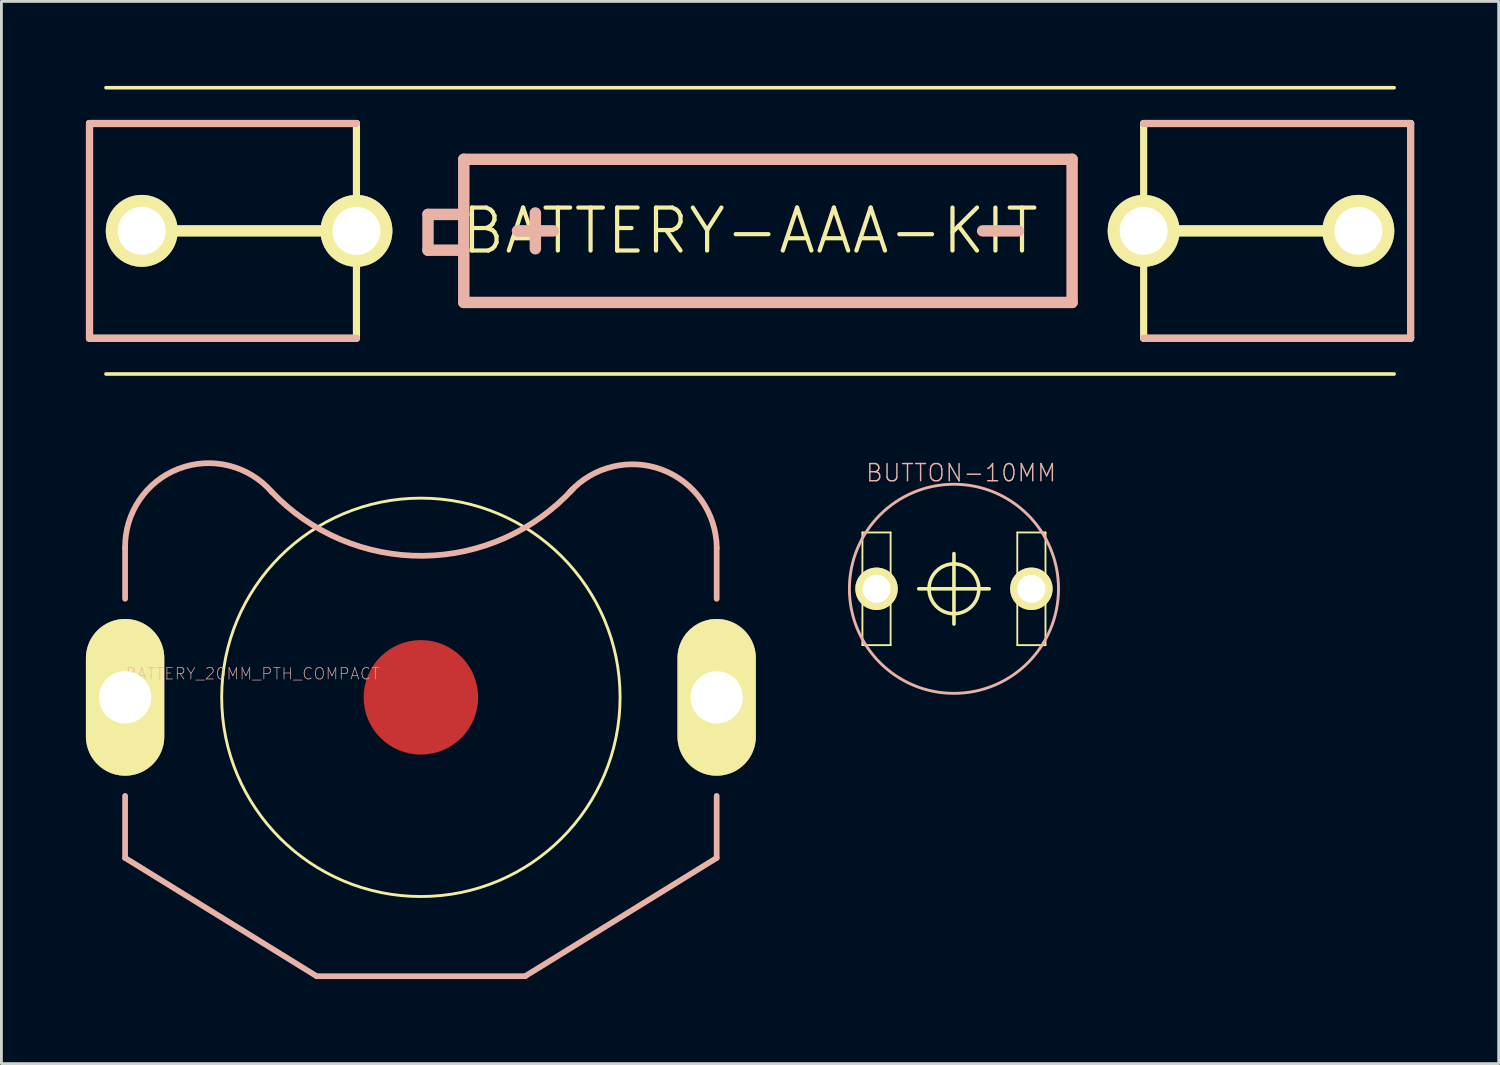
<source format=kicad_pcb>
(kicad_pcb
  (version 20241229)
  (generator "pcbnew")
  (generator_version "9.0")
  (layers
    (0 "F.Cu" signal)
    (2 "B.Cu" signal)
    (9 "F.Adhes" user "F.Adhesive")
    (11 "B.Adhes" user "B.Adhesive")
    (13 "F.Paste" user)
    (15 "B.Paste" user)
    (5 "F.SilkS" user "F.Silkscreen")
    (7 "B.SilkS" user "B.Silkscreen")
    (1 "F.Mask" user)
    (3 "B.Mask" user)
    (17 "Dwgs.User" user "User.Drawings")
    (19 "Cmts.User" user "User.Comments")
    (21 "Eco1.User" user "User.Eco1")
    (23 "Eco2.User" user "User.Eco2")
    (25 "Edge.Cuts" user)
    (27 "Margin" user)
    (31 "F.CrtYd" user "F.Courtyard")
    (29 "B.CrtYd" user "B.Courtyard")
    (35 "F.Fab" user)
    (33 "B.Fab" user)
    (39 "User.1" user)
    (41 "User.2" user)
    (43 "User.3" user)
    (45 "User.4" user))
  (footprint "BATTERY-AAA-KIT"
    (layer "F.Cu")
    (at 23.571 5.144)
    (property "Reference" "BATTERY-AAA-KIT" (at 0 0 0) (layer "F.SilkS") (effects (font (size 1.524 1.524) (thickness 0.15))))
    (attr exclude_from_pos_files exclude_from_bom)
    (fp_line (start -23.495 -3.81) (end -13.97 -3.81) (stroke (width 0.127) (type solid)) (layer "F.SilkS"))
    (fp_line (start -23.495 3.81) (end -23.495 -3.81) (stroke (width 0.127) (type solid)) (layer "F.SilkS"))
    (fp_line (start -23.444 -3.81) (end -13.97 -3.81) (stroke (width 0.254) (type solid)) (layer "F.SilkS"))
    (fp_line (start -23.444 3.81) (end -23.444 -3.81) (stroke (width 0.254) (type solid)) (layer "F.SilkS"))
    (fp_line (start -22.86 -5.08) (end 22.86 -5.08) (stroke (width 0.127) (type solid)) (layer "F.SilkS"))
    (fp_line (start -22.86 5.08) (end 22.86 5.08) (stroke (width 0.127) (type solid)) (layer "F.SilkS"))
    (fp_line (start -21.59 0) (end -13.97 0) (stroke (width 0.406) (type solid)) (layer "F.SilkS"))
    (fp_line (start -13.97 -3.81) (end -13.97 3.81) (stroke (width 0.127) (type solid)) (layer "F.SilkS"))
    (fp_line (start -13.97 -3.81) (end -13.97 3.81) (stroke (width 0.254) (type solid)) (layer "F.SilkS"))
    (fp_line (start -13.97 3.81) (end -23.495 3.81) (stroke (width 0.127) (type solid)) (layer "F.SilkS"))
    (fp_line (start -13.97 3.81) (end -23.444 3.81) (stroke (width 0.254) (type solid)) (layer "F.SilkS"))
    (fp_line (start 13.97 -3.81) (end 13.97 3.81) (stroke (width 0.127) (type solid)) (layer "F.SilkS"))
    (fp_line (start 13.97 -3.81) (end 23.444 -3.81) (stroke (width 0.254) (type solid)) (layer "F.SilkS"))
    (fp_line (start 13.97 0) (end 21.59 0) (stroke (width 0.406) (type solid)) (layer "F.SilkS"))
    (fp_line (start 13.97 3.81) (end 13.97 -3.81) (stroke (width 0.254) (type solid)) (layer "F.SilkS"))
    (fp_line (start 13.97 3.81) (end 23.444 3.81) (stroke (width 0.127) (type solid)) (layer "F.SilkS"))
    (fp_line (start 23.444 -3.81) (end 13.97 -3.81) (stroke (width 0.127) (type solid)) (layer "F.SilkS"))
    (fp_line (start 23.444 -3.81) (end 23.444 3.81) (stroke (width 0.254) (type solid)) (layer "F.SilkS"))
    (fp_line (start 23.444 3.81) (end 13.97 3.81) (stroke (width 0.254) (type solid)) (layer "F.SilkS"))
    (fp_line (start 23.444 3.81) (end 23.444 -3.81) (stroke (width 0.127) (type solid)) (layer "F.SilkS"))
    (fp_circle (center -21.59 0) (end -21.791 0.201) (stroke (width 0.445) (type solid)) (fill no) (layer "F.SilkS"))
    (fp_circle (center -21.59 0) (end -21.791 0.201) (stroke (width 0.889) (type solid)) (fill no) (layer "F.SilkS"))
    (fp_circle (center -13.97 0) (end -14.171 0.201) (stroke (width 0.445) (type solid)) (fill no) (layer "F.SilkS"))
    (fp_circle (center -13.97 0) (end -14.171 0.201) (stroke (width 0.889) (type solid)) (fill no) (layer "F.SilkS"))
    (fp_circle (center 13.97 0) (end 14.171 0.201) (stroke (width 0.445) (type solid)) (fill no) (layer "F.SilkS"))
    (fp_circle (center 13.97 0) (end 14.171 0.201) (stroke (width 0.889) (type solid)) (fill no) (layer "F.SilkS"))
    (fp_circle (center 21.59 0) (end 21.791 0.201) (stroke (width 0.445) (type solid)) (fill no) (layer "F.SilkS"))
    (fp_circle (center 21.59 0) (end 21.791 0.201) (stroke (width 0.889) (type solid)) (fill no) (layer "F.SilkS"))
    (fp_line (start -23.444 -3.81) (end -13.97 -3.81) (stroke (width 0.254) (type solid)) (layer "B.SilkS"))
    (fp_line (start -23.444 3.81) (end -23.444 -3.81) (stroke (width 0.254) (type solid)) (layer "B.SilkS"))
    (fp_line (start -13.97 3.81) (end -23.444 3.81) (stroke (width 0.254) (type solid)) (layer "B.SilkS"))
    (fp_line (start -11.43 -0.584) (end -11.43 0.686) (stroke (width 0.406) (type solid)) (layer "B.SilkS"))
    (fp_line (start -11.43 0.686) (end -10.16 0.686) (stroke (width 0.406) (type solid)) (layer "B.SilkS"))
    (fp_line (start -10.16 -2.54) (end -10.16 -0.584) (stroke (width 0.406) (type solid)) (layer "B.SilkS"))
    (fp_line (start -10.16 -0.584) (end -11.43 -0.584) (stroke (width 0.406) (type solid)) (layer "B.SilkS"))
    (fp_line (start -10.16 -0.584) (end -10.16 0.686) (stroke (width 0.406) (type solid)) (layer "B.SilkS"))
    (fp_line (start -10.16 0.686) (end -10.16 2.54) (stroke (width 0.406) (type solid)) (layer "B.SilkS"))
    (fp_line (start -10.16 2.54) (end 11.43 2.54) (stroke (width 0.406) (type solid)) (layer "B.SilkS"))
    (fp_line (start -7.62 -0.635) (end -7.62 0.635) (stroke (width 0.406) (type solid)) (layer "B.SilkS"))
    (fp_line (start -6.985 0) (end -8.255 0) (stroke (width 0.406) (type solid)) (layer "B.SilkS"))
    (fp_line (start 9.525 0) (end 8.255 0) (stroke (width 0.406) (type solid)) (layer "B.SilkS"))
    (fp_line (start 11.43 -2.54) (end -10.16 -2.54) (stroke (width 0.406) (type solid)) (layer "B.SilkS"))
    (fp_line (start 11.43 2.54) (end 11.43 -2.54) (stroke (width 0.406) (type solid)) (layer "B.SilkS"))
    (fp_line (start 13.97 3.81) (end 23.444 3.81) (stroke (width 0.254) (type solid)) (layer "B.SilkS"))
    (fp_line (start 23.444 -3.81) (end 13.97 -3.81) (stroke (width 0.254) (type solid)) (layer "B.SilkS"))
    (fp_line (start 23.444 3.81) (end 23.444 -3.81) (stroke (width 0.254) (type solid)) (layer "B.SilkS"))
    (pad "GND@" thru_hole circle (at 13.97 0) (size 2.553 2.553) (drill 1.702) (layers "*.Cu" "F.Mask" "F.SilkS" "F.Paste"))
    (pad "GND@" thru_hole circle (at 21.59 0) (size 2.553 2.553) (drill 1.702) (layers "*.Cu" "F.Mask" "F.SilkS" "F.Paste"))
    (pad "PWR@" thru_hole circle (at -21.59 0) (size 2.553 2.553) (drill 1.702) (layers "*.Cu" "F.Mask" "F.SilkS" "F.Paste"))
    (pad "PWR@" thru_hole circle (at -13.97 0) (size 2.553 2.553) (drill 1.702) (layers "*.Cu" "F.Mask" "F.SilkS" "F.Paste")))
  (footprint "BATTERY_20MM_PTH_COMPACT"
    (layer "F.Cu")
    (at 11.888 21.7)
    (property "Reference" "BATTERY_20MM_PTH_COMPACT" (at -5.969 -0.838 0) (layer "B.SilkS") (effects (font (size 0.406 0.406) (thickness 0.025))))
    (attr smd)
    (fp_circle (center 0 0) (end -4.999 4.999) (stroke (width 0.102) (type solid)) (fill no) (layer "F.SilkS"))
    (fp_line (start -10.498 -5.298) (end -10.498 -3.498) (stroke (width 0.203) (type solid)) (layer "B.SilkS"))
    (fp_line (start -10.498 5.7) (end -10.498 3.498) (stroke (width 0.203) (type solid)) (layer "B.SilkS"))
    (fp_line (start -3.698 9.898) (end -10.498 5.7) (stroke (width 0.203) (type solid)) (layer "B.SilkS"))
    (fp_line (start -3.698 9.898) (end 3.698 9.898) (stroke (width 0.203) (type solid)) (layer "B.SilkS"))
    (fp_line (start 3.698 9.898) (end 10.498 5.7) (stroke (width 0.203) (type solid)) (layer "B.SilkS"))
    (fp_line (start 10.498 -5.298) (end 10.498 -3.498) (stroke (width 0.203) (type solid)) (layer "B.SilkS"))
    (fp_line (start 10.498 5.7) (end 10.498 3.498) (stroke (width 0.203) (type solid)) (layer "B.SilkS"))
    (fp_arc (start -10.49782 -5.29844) (mid -8.598411 -8.112619) (end -5.301461 -7.301768) (stroke (width 0.2032) (type solid)) (layer "B.SilkS"))
    (fp_arc (start 5.29844 -7.29996) (mid 8.580255 -8.071191) (end 10.500612 -5.30039) (stroke (width 0.2032) (type solid)) (layer "B.SilkS"))
    (fp_arc (start 5.3975 -7.39902) (mid 0.072503 -5.022804) (end -5.296991 -7.296685) (stroke (width 0.2032) (type solid)) (layer "B.SilkS"))
    (pad "1" thru_hole oval (at -10.498 0 180) (size 2.781 5.563) (drill 1.854) (layers "*.Cu" "F.Mask" "F.SilkS" "F.Paste"))
    (pad "2" smd oval (at 0 0) (size 4.064 4.064) (layers "F.Cu" "F.Mask" "F.Paste"))
    (pad "3" thru_hole oval (at 10.498 0 180) (size 2.781 5.563) (drill 1.854) (layers "*.Cu" "F.Mask" "F.SilkS" "F.Paste")))
  (footprint "BUTTON-10MM"
    (layer "F.Cu")
    (at 30.808 17.848)
    (property "Reference" "BUTTON-10MM" (at 0.254 -4.115 0) (layer "B.SilkS") (effects (font (size 0.61 0.61) (thickness 0.051))))
    (attr exclude_from_pos_files exclude_from_bom)
    (fp_line (start -3.249 -1.999) (end -2.248 -1.999) (stroke (width 0.066) (type solid)) (layer "F.SilkS"))
    (fp_line (start -3.249 1.999) (end -3.249 -1.999) (stroke (width 0.066) (type solid)) (layer "F.SilkS"))
    (fp_line (start -3.249 1.999) (end -2.248 1.999) (stroke (width 0.066) (type solid)) (layer "F.SilkS"))
    (fp_line (start -2.248 1.999) (end -2.248 -1.999) (stroke (width 0.066) (type solid)) (layer "F.SilkS"))
    (fp_line (start -1.25 0) (end 1.25 0) (stroke (width 0.127) (type solid)) (layer "F.SilkS"))
    (fp_line (start 0 1.25) (end 0 -1.25) (stroke (width 0.127) (type solid)) (layer "F.SilkS"))
    (fp_line (start 2.248 -1.999) (end 3.249 -1.999) (stroke (width 0.066) (type solid)) (layer "F.SilkS"))
    (fp_line (start 2.248 1.999) (end 2.248 -1.999) (stroke (width 0.066) (type solid)) (layer "F.SilkS"))
    (fp_line (start 2.248 1.999) (end 3.249 1.999) (stroke (width 0.066) (type solid)) (layer "F.SilkS"))
    (fp_line (start 3.249 1.999) (end 3.249 -1.999) (stroke (width 0.066) (type solid)) (layer "F.SilkS"))
    (fp_circle (center 0 0) (end -0.625 0.625) (stroke (width 0.127) (type solid)) (fill no) (layer "F.SilkS"))
    (fp_circle (center 0 0) (end -2.624 2.624) (stroke (width 0.102) (type solid)) (fill no) (layer "B.SilkS"))
    (fp_line (start -3.998 -2.748) (end -1.499 -2.748) (stroke (width 0.066) (type solid)) (layer "B.Adhes"))
    (fp_line (start -3.998 2.748) (end -3.998 -2.748) (stroke (width 0.066) (type solid)) (layer "B.Adhes"))
    (fp_line (start -3.998 2.748) (end -1.499 2.748) (stroke (width 0.066) (type solid)) (layer "B.Adhes"))
    (fp_line (start -1.499 2.748) (end -1.499 -2.748) (stroke (width 0.066) (type solid)) (layer "B.Adhes"))
    (fp_line (start 1.499 -2.748) (end 3.998 -2.748) (stroke (width 0.066) (type solid)) (layer "B.Adhes"))
    (fp_line (start 1.499 2.748) (end 1.499 -2.748) (stroke (width 0.066) (type solid)) (layer "B.Adhes"))
    (fp_line (start 1.499 2.748) (end 3.998 2.748) (stroke (width 0.066) (type solid)) (layer "B.Adhes"))
    (fp_line (start 3.998 2.748) (end 3.998 -2.748) (stroke (width 0.066) (type solid)) (layer "B.Adhes"))
    (pad "1" thru_hole circle (at -2.748 0) (size 1.506 1.506) (drill 0.998) (layers "*.Cu" "F.Mask" "F.SilkS" "F.Paste"))
    (pad "2" thru_hole circle (at 2.748 0) (size 1.506 1.506) (drill 0.998) (layers "*.Cu" "F.Mask" "F.SilkS" "F.Paste")))
  (gr_rect
    (start -3 -3)
    (end 50.142 34.7)
    (stroke (width 0.1) (type default))
    (fill no)
    (layer "Edge.Cuts")))
</source>
